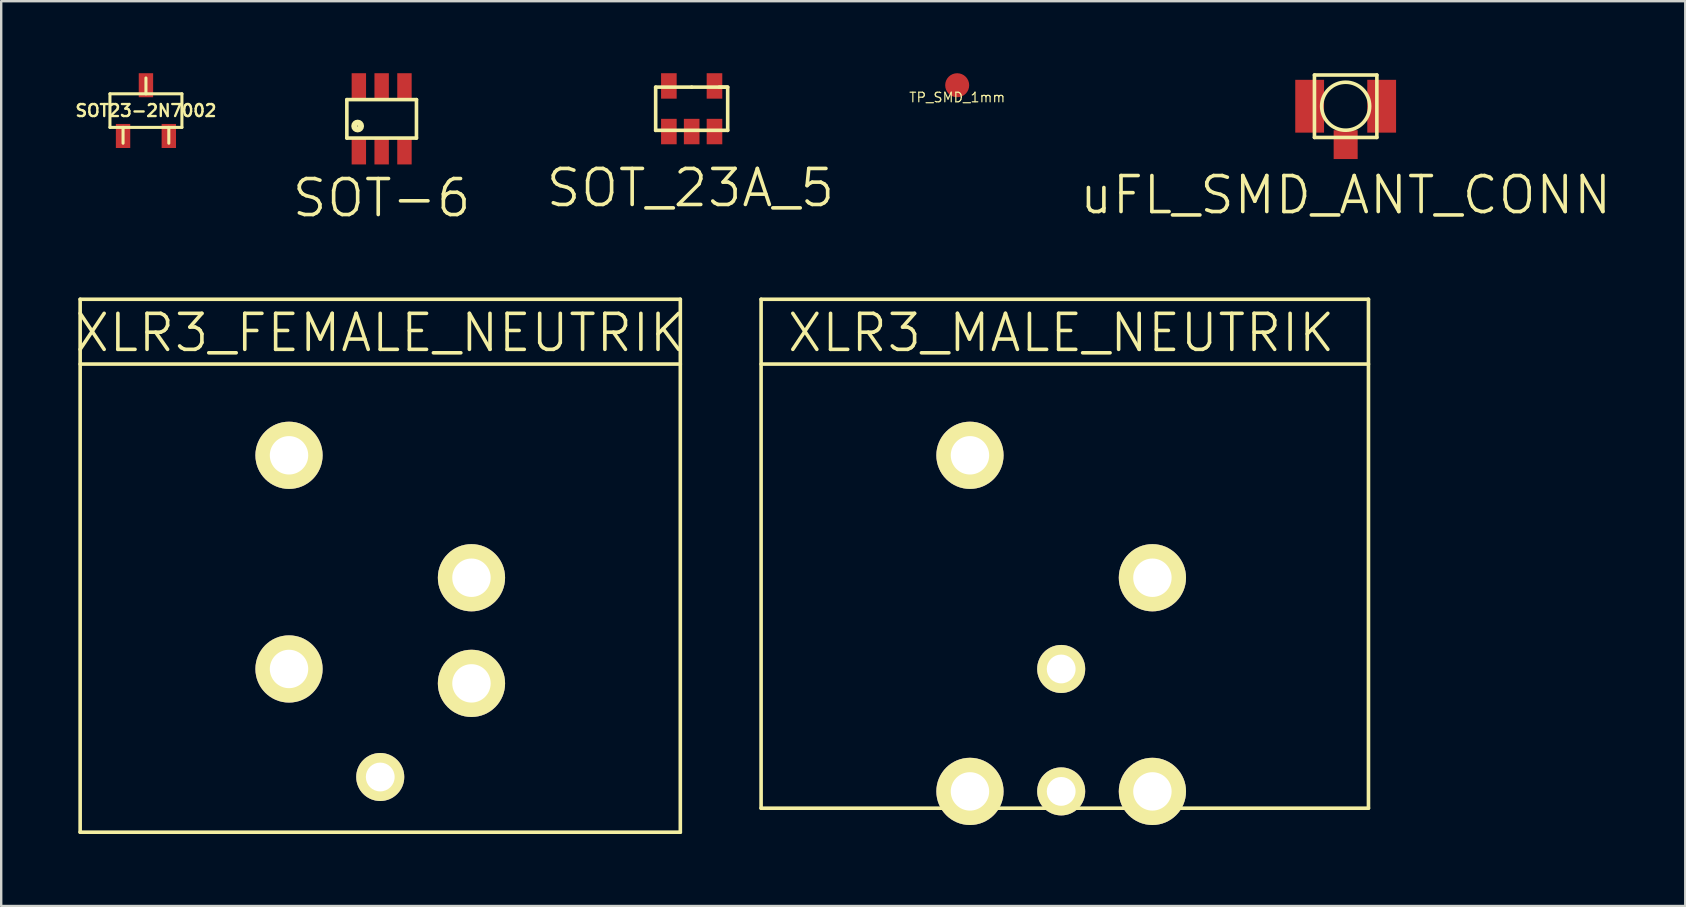
<source format=kicad_pcb>
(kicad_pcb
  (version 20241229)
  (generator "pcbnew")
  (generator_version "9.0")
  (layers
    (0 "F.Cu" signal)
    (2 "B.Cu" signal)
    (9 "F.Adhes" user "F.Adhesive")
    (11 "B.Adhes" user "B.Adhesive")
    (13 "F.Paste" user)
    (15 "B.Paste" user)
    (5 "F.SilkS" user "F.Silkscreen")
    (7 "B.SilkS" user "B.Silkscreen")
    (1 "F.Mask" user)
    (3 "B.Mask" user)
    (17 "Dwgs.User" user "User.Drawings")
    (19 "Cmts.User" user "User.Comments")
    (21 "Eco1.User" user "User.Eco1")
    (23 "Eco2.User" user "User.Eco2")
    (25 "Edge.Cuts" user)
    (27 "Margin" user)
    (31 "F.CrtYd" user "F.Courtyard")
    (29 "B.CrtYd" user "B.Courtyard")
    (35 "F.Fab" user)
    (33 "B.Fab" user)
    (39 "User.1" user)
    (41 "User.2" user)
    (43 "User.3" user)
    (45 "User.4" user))
  (footprint "XLR3_FEMALE_NEUTRIK"
    (layer "F.Cu")
    (at 12.789 20.016)
    (property "Reference" "XLR3_FEMALE_NEUTRIK" (at 0 -9.2 0) (layer "F.SilkS") (effects (font (size 1.5 1.5) (thickness 0.15))))
    (attr through_hole)
    (fp_line (start -12.5 -10.6) (end 12.5 -10.6) (stroke (width 0.15) (type solid)) (layer "F.SilkS"))
    (fp_line (start -12.5 -7.9) (end 12.5 -7.9) (stroke (width 0.15) (type solid)) (layer "F.SilkS"))
    (fp_line (start -12.5 11.6) (end -12.5 -10.6) (stroke (width 0.15) (type solid)) (layer "F.SilkS"))
    (fp_line (start 12.5 -10.6) (end 12.5 11.6) (stroke (width 0.15) (type solid)) (layer "F.SilkS"))
    (fp_line (start 12.5 11.6) (end -12.5 11.6) (stroke (width 0.15) (type solid)) (layer "F.SilkS"))
    (pad "1" thru_hole circle (at -3.8 4.8) (size 2.8 2.8) (drill 1.6) (layers "*.Cu" "*.Mask" "F.SilkS"))
    (pad "2" thru_hole circle (at 3.8 5.4) (size 2.8 2.8) (drill 1.6) (layers "*.Cu" "*.Mask" "F.SilkS"))
    (pad "3" thru_hole circle (at 0 9.3) (size 2 2) (drill 1.2) (layers "*.Cu" "*.Mask" "F.SilkS"))
    (pad "~" thru_hole circle (at -3.8 -4.1) (size 2.8 2.8) (drill 1.6) (layers "*.Cu" "*.Mask" "F.SilkS"))
    (pad "~" thru_hole circle (at 3.8 1) (size 2.8 2.8) (drill 1.6) (layers "*.Cu" "*.Mask" "F.SilkS")))
  (footprint "XLR3_MALE_NEUTRIK"
    (layer "F.Cu")
    (at 41.154 20.016)
    (property "Reference" "XLR3_MALE_NEUTRIK" (at 0 -9.2 0) (layer "F.SilkS") (effects (font (size 1.5 1.5) (thickness 0.15))))
    (attr through_hole)
    (fp_line (start -12.5 -10.6) (end 12.8 -10.6) (stroke (width 0.15) (type solid)) (layer "F.SilkS"))
    (fp_line (start -12.5 -7.9) (end 12.8 -7.9) (stroke (width 0.15) (type solid)) (layer "F.SilkS"))
    (fp_line (start -12.5 10.6) (end -12.5 -10.6) (stroke (width 0.15) (type solid)) (layer "F.SilkS"))
    (fp_line (start 12.8 -10.6) (end 12.8 10.6) (stroke (width 0.15) (type solid)) (layer "F.SilkS"))
    (fp_line (start 12.8 10.6) (end -12.5 10.6) (stroke (width 0.15) (type solid)) (layer "F.SilkS"))
    (pad "1" thru_hole circle (at 0 4.8) (size 2 2) (drill 1.2) (layers "*.Cu" "*.Mask" "F.SilkS"))
    (pad "1" thru_hole circle (at 3.8 9.9) (size 2.8 2.8) (drill 1.6) (layers "*.Cu" "*.Mask" "F.SilkS"))
    (pad "2" thru_hole circle (at -3.8 9.9) (size 2.8 2.8) (drill 1.6) (layers "*.Cu" "*.Mask" "F.SilkS"))
    (pad "3" thru_hole circle (at 0 9.9) (size 2 2) (drill 1.2) (layers "*.Cu" "*.Mask" "F.SilkS"))
    (pad "~" thru_hole circle (at -3.8 -4.1) (size 2.8 2.8) (drill 1.6) (layers "*.Cu" "*.Mask" "F.SilkS"))
    (pad "~" thru_hole circle (at 3.8 1) (size 2.8 2.8) (drill 1.6) (layers "*.Cu" "*.Mask" "F.SilkS")))
  (footprint "TP_SMD_1mm"
    (layer "F.Cu")
    (at 36.822 0.5)
    (property "Reference" "TP_SMD_1mm" (at 0 0.508 0) (layer "F.SilkS") (effects (font (size 0.4 0.4) (thickness 0.05))))
    (attr exclude_from_pos_files exclude_from_bom)
    (pad "1" connect circle (at 0 0) (size 1 1) (layers "F.Cu" "F.Mask")))
  (footprint "SOT-6"
    (layer "F.Cu")
    (at 12.848 1.9)
    (property "Reference" "SOT-6" (at 0 3.3 0) (layer "F.SilkS") (effects (font (size 1.5 1.5) (thickness 0.15))))
    (attr smd)
    (fp_line (start -1.45 -0.8) (end 1.45 -0.8) (stroke (width 0.15) (type solid)) (layer "F.SilkS"))
    (fp_line (start -1.45 0.8) (end -1.45 -0.8) (stroke (width 0.15) (type solid)) (layer "F.SilkS"))
    (fp_line (start 1.45 -0.8) (end 1.45 0.8) (stroke (width 0.15) (type solid)) (layer "F.SilkS"))
    (fp_line (start 1.45 0.8) (end -1.45 0.8) (stroke (width 0.15) (type solid)) (layer "F.SilkS"))
    (fp_circle (center -1 0.3) (end -1.1 0.4) (stroke (width 0.25) (type solid)) (fill no) (layer "F.SilkS"))
    (pad "1" smd rect (at -0.95 1.35) (size 0.6 1.1) (layers "F.Cu" "F.Mask" "F.Paste"))
    (pad "2" smd rect (at 0 1.35) (size 0.6 1.1) (layers "F.Cu" "F.Mask" "F.Paste"))
    (pad "3" smd rect (at 0.95 1.35) (size 0.6 1.1) (layers "F.Cu" "F.Mask" "F.Paste"))
    (pad "4" smd rect (at 0.95 -1.35) (size 0.6 1.1) (layers "F.Cu" "F.Mask" "F.Paste"))
    (pad "5" smd rect (at 0 -1.35) (size 0.6 1.1) (layers "F.Cu" "F.Mask" "F.Paste"))
    (pad "6" smd rect (at -0.95 -1.35) (size 0.6 1.1) (layers "F.Cu" "F.Mask" "F.Paste")))
  (footprint "SOT_23A_5"
    (layer "F.Cu")
    (at 25.762 1.48)
    (property "Reference" "SOT_23A_5" (at -0.05 3.3 0) (layer "F.SilkS") (effects (font (size 1.5 1.5) (thickness 0.15))))
    (attr through_hole)
    (fp_line (start -1.5 -0.9) (end -1.5 0.9) (stroke (width 0.15) (type solid)) (layer "F.SilkS"))
    (fp_line (start -1.5 -0.9) (end 0 -0.9) (stroke (width 0.15) (type solid)) (layer "F.SilkS"))
    (fp_line (start -1.5 0.9) (end 1.5 0.9) (stroke (width 0.15) (type solid)) (layer "F.SilkS"))
    (fp_line (start 0 -0.9) (end 1.45 -0.9) (stroke (width 0.15) (type solid)) (layer "F.SilkS"))
    (fp_line (start 1.5 -0.9) (end 1.15 -0.9) (stroke (width 0.15) (type solid)) (layer "F.SilkS"))
    (fp_line (start 1.5 0.9) (end 1.5 -0.9) (stroke (width 0.15) (type solid)) (layer "F.SilkS"))
    (pad "1" smd rect (at -0.95 0.95) (size 0.65 1.06) (layers "F.Cu" "F.Mask" "F.Paste"))
    (pad "2" smd rect (at 0 0.95) (size 0.65 1.06) (layers "F.Cu" "F.Mask" "F.Paste"))
    (pad "3" smd rect (at 0.95 0.95) (size 0.65 1.06) (layers "F.Cu" "F.Mask" "F.Paste"))
    (pad "4" smd rect (at 0.95 -0.95) (size 0.65 1.06) (layers "F.Cu" "F.Mask" "F.Paste"))
    (pad "5" smd rect (at -0.95 -0.95) (size 0.65 1.06) (layers "F.Cu" "F.Mask" "F.Paste")))
  (footprint "uFL_SMD_ANT_CONN"
    (layer "F.Cu")
    (at 53.004 1.375)
    (property "Reference" "uFL_SMD_ANT_CONN" (at 0 3.7 0) (layer "F.SilkS") (effects (font (size 1.5 1.5) (thickness 0.15))))
    (attr smd)
    (fp_line (start -1.3 -1.3) (end 1.3 -1.3) (stroke (width 0.15) (type solid)) (layer "F.SilkS"))
    (fp_line (start -1.3 1.3) (end -1.3 -1.3) (stroke (width 0.15) (type solid)) (layer "F.SilkS"))
    (fp_line (start 1.3 -1.3) (end 1.3 1.3) (stroke (width 0.15) (type solid)) (layer "F.SilkS"))
    (fp_line (start 1.3 1.3) (end -1.3 1.3) (stroke (width 0.15) (type solid)) (layer "F.SilkS"))
    (fp_circle (center 0 0) (end 0 1) (stroke (width 0.15) (type solid)) (fill no) (layer "F.SilkS"))
    (pad "1" smd rect (at 0 1.6) (size 1 1.2) (layers "F.Cu" "F.Mask" "F.Paste"))
    (pad "2" smd rect (at -1.5 0) (size 1.2 2.2) (layers "F.Cu" "F.Mask" "F.Paste"))
    (pad "2" smd rect (at 1.5 0) (size 1.2 2.2) (layers "F.Cu" "F.Mask" "F.Paste")))
  (footprint "SOT23-2N7002"
    (layer "F.Cu")
    (at 3.029 1.557)
    (property "Reference" "SOT23-2N7002" (at 0 0 0) (layer "F.SilkS") (effects (font (size 0.5 0.5) (thickness 0.099))))
    (attr smd)
    (fp_line (start -1.499 -0.699) (end 1.499 -0.699) (stroke (width 0.127) (type solid)) (layer "F.SilkS"))
    (fp_line (start -1.499 0.699) (end -1.499 -0.699) (stroke (width 0.127) (type solid)) (layer "F.SilkS"))
    (fp_line (start -0.953 0.699) (end -0.953 1.359) (stroke (width 0.127) (type solid)) (layer "F.SilkS"))
    (fp_line (start 0 -0.699) (end 0 -1.359) (stroke (width 0.127) (type solid)) (layer "F.SilkS"))
    (fp_line (start 0.953 0.699) (end 0.953 1.359) (stroke (width 0.127) (type solid)) (layer "F.SilkS"))
    (fp_line (start 1.499 -0.699) (end 1.499 0.699) (stroke (width 0.127) (type solid)) (layer "F.SilkS"))
    (fp_line (start 1.499 0.699) (end -1.499 0.699) (stroke (width 0.127) (type solid)) (layer "F.SilkS"))
    (pad "D" smd rect (at 0 -1.057) (size 0.599 1.001) (layers "F.Cu" "F.Mask" "F.Paste"))
    (pad "G" smd rect (at -0.953 1.057) (size 0.599 1.001) (layers "F.Cu" "F.Mask" "F.Paste"))
    (pad "S" smd rect (at 0.953 1.057) (size 0.599 1.001) (layers "F.Cu" "F.Mask" "F.Paste")))
  (gr_rect
    (start -3 -3)
    (end 67.15 34.691)
    (stroke (width 0.1) (type default))
    (fill no)
    (layer "Edge.Cuts")))
</source>
